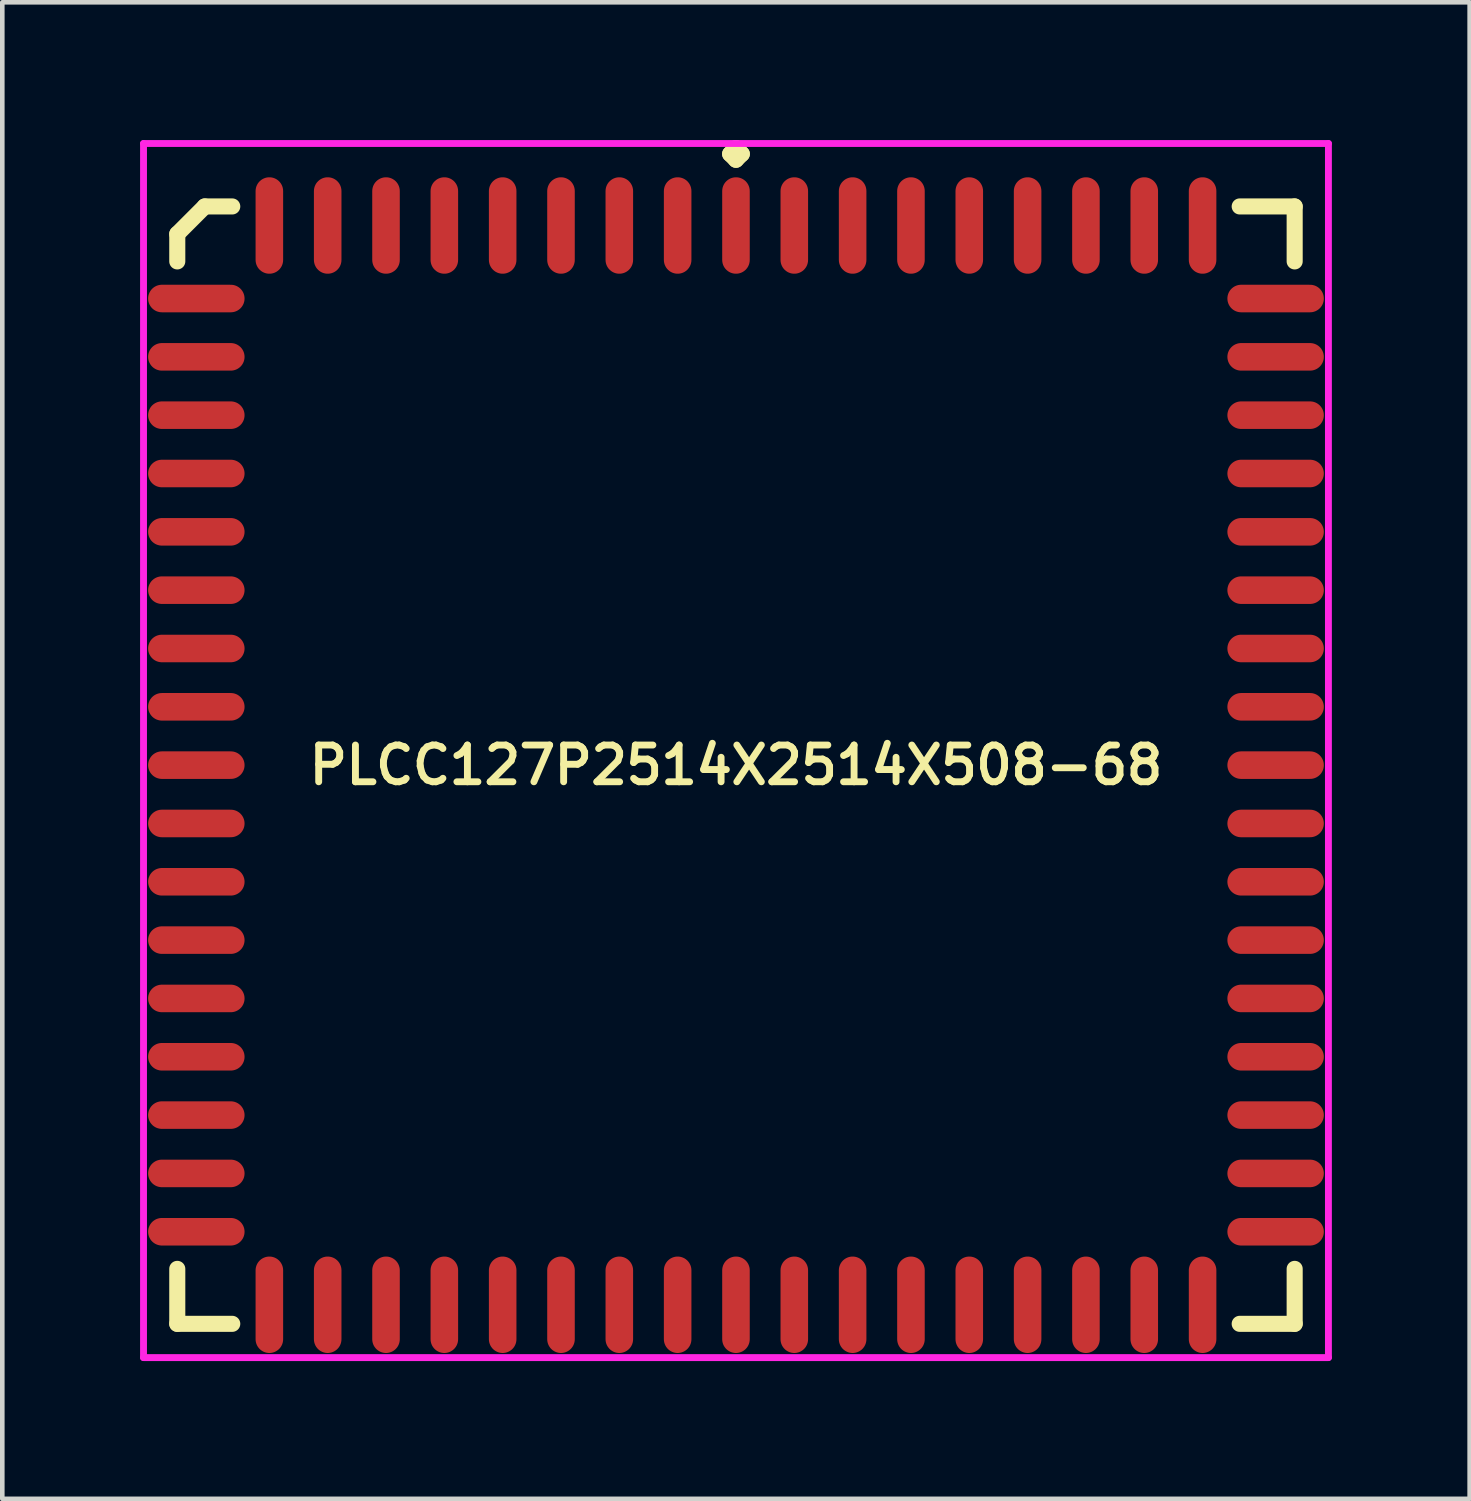
<source format=kicad_pcb>
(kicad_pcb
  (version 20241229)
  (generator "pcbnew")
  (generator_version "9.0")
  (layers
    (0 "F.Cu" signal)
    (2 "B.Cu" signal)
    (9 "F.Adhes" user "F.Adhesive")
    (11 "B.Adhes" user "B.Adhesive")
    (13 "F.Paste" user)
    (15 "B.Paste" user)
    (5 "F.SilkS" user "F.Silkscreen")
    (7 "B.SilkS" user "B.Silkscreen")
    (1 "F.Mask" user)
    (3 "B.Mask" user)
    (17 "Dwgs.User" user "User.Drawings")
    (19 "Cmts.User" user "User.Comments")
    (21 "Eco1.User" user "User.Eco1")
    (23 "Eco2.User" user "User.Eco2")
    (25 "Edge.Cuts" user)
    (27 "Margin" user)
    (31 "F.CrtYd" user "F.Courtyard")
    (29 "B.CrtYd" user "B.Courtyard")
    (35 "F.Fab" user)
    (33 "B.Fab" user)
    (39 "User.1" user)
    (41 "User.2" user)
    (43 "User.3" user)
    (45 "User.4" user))
  (footprint "PLCC127P2514X2514X508-68"
    (layer "F.Cu")
    (at 12.975 13.61)
    (property "Reference" "PLCC127P2514X2514X508-68" (at 0 0 0) (layer "F.SilkS") (effects (font (size 0.8 0.8) (thickness 0.15))))
    (attr through_hole)
    (fp_line (start -12.165 -11.566) (end -11.566 -12.165) (stroke (width 0.35) (type solid)) (layer "F.SilkS"))
    (fp_line (start -12.165 -10.968) (end -12.165 -11.566) (stroke (width 0.35) (type solid)) (layer "F.SilkS"))
    (fp_line (start -12.165 10.968) (end -12.165 12.165) (stroke (width 0.35) (type solid)) (layer "F.SilkS"))
    (fp_line (start -12.165 12.165) (end -10.968 12.165) (stroke (width 0.35) (type solid)) (layer "F.SilkS"))
    (fp_line (start -11.566 -12.165) (end -10.968 -12.165) (stroke (width 0.35) (type solid)) (layer "F.SilkS"))
    (fp_line (start -0.127 -13.308) (end 0 -13.435) (stroke (width 0.35) (type solid)) (layer "F.SilkS"))
    (fp_line (start 0 -13.435) (end 0.127 -13.308) (stroke (width 0.35) (type solid)) (layer "F.SilkS"))
    (fp_line (start 0 -13.181) (end -0.127 -13.308) (stroke (width 0.35) (type solid)) (layer "F.SilkS"))
    (fp_line (start 0.127 -13.308) (end 0 -13.181) (stroke (width 0.35) (type solid)) (layer "F.SilkS"))
    (fp_line (start 12.165 -12.165) (end 10.968 -12.165) (stroke (width 0.35) (type solid)) (layer "F.SilkS"))
    (fp_line (start 12.165 -10.968) (end 12.165 -12.165) (stroke (width 0.35) (type solid)) (layer "F.SilkS"))
    (fp_line (start 12.165 10.968) (end 12.165 12.165) (stroke (width 0.35) (type solid)) (layer "F.SilkS"))
    (fp_line (start 12.165 12.165) (end 10.968 12.165) (stroke (width 0.35) (type solid)) (layer "F.SilkS"))
    (fp_line (start -12.9 -13.535) (end 12.9 -13.535) (stroke (width 0.15) (type solid)) (layer "F.CrtYd"))
    (fp_line (start -12.9 12.9) (end -12.9 -13.535) (stroke (width 0.15) (type solid)) (layer "F.CrtYd"))
    (fp_line (start 12.9 -13.535) (end 12.9 12.9) (stroke (width 0.15) (type solid)) (layer "F.CrtYd"))
    (fp_line (start 12.9 12.9) (end -12.9 12.9) (stroke (width 0.15) (type solid)) (layer "F.CrtYd"))
    (pad "1" smd oval (at 0 -11.75) (size 0.6 2.1) (layers "F.Cu" "F.Mask" "F.Paste"))
    (pad "2" smd oval (at -1.27 -11.75) (size 0.6 2.1) (layers "F.Cu" "F.Mask" "F.Paste"))
    (pad "3" smd oval (at -2.54 -11.75) (size 0.6 2.1) (layers "F.Cu" "F.Mask" "F.Paste"))
    (pad "4" smd oval (at -3.81 -11.75) (size 0.6 2.1) (layers "F.Cu" "F.Mask" "F.Paste"))
    (pad "5" smd oval (at -5.08 -11.75) (size 0.6 2.1) (layers "F.Cu" "F.Mask" "F.Paste"))
    (pad "6" smd oval (at -6.35 -11.75) (size 0.6 2.1) (layers "F.Cu" "F.Mask" "F.Paste"))
    (pad "7" smd oval (at -7.62 -11.75) (size 0.6 2.1) (layers "F.Cu" "F.Mask" "F.Paste"))
    (pad "8" smd oval (at -8.89 -11.75) (size 0.6 2.1) (layers "F.Cu" "F.Mask" "F.Paste"))
    (pad "9" smd oval (at -10.16 -11.75) (size 0.6 2.1) (layers "F.Cu" "F.Mask" "F.Paste"))
    (pad "10" smd oval (at -11.75 -10.16) (size 2.1 0.6) (layers "F.Cu" "F.Mask" "F.Paste"))
    (pad "11" smd oval (at -11.75 -8.89) (size 2.1 0.6) (layers "F.Cu" "F.Mask" "F.Paste"))
    (pad "12" smd oval (at -11.75 -7.62) (size 2.1 0.6) (layers "F.Cu" "F.Mask" "F.Paste"))
    (pad "13" smd oval (at -11.75 -6.35) (size 2.1 0.6) (layers "F.Cu" "F.Mask" "F.Paste"))
    (pad "14" smd oval (at -11.75 -5.08) (size 2.1 0.6) (layers "F.Cu" "F.Mask" "F.Paste"))
    (pad "15" smd oval (at -11.75 -3.81) (size 2.1 0.6) (layers "F.Cu" "F.Mask" "F.Paste"))
    (pad "16" smd oval (at -11.75 -2.54) (size 2.1 0.6) (layers "F.Cu" "F.Mask" "F.Paste"))
    (pad "17" smd oval (at -11.75 -1.27) (size 2.1 0.6) (layers "F.Cu" "F.Mask" "F.Paste"))
    (pad "18" smd oval (at -11.75 0) (size 2.1 0.6) (layers "F.Cu" "F.Mask" "F.Paste"))
    (pad "19" smd oval (at -11.75 1.27) (size 2.1 0.6) (layers "F.Cu" "F.Mask" "F.Paste"))
    (pad "20" smd oval (at -11.75 2.54) (size 2.1 0.6) (layers "F.Cu" "F.Mask" "F.Paste"))
    (pad "21" smd oval (at -11.75 3.81) (size 2.1 0.6) (layers "F.Cu" "F.Mask" "F.Paste"))
    (pad "22" smd oval (at -11.75 5.08) (size 2.1 0.6) (layers "F.Cu" "F.Mask" "F.Paste"))
    (pad "23" smd oval (at -11.75 6.35) (size 2.1 0.6) (layers "F.Cu" "F.Mask" "F.Paste"))
    (pad "24" smd oval (at -11.75 7.62) (size 2.1 0.6) (layers "F.Cu" "F.Mask" "F.Paste"))
    (pad "25" smd oval (at -11.75 8.89) (size 2.1 0.6) (layers "F.Cu" "F.Mask" "F.Paste"))
    (pad "26" smd oval (at -11.75 10.16) (size 2.1 0.6) (layers "F.Cu" "F.Mask" "F.Paste"))
    (pad "27" smd oval (at -10.16 11.75) (size 0.6 2.1) (layers "F.Cu" "F.Mask" "F.Paste"))
    (pad "28" smd oval (at -8.89 11.75) (size 0.6 2.1) (layers "F.Cu" "F.Mask" "F.Paste"))
    (pad "29" smd oval (at -7.62 11.75) (size 0.6 2.1) (layers "F.Cu" "F.Mask" "F.Paste"))
    (pad "30" smd oval (at -6.35 11.75) (size 0.6 2.1) (layers "F.Cu" "F.Mask" "F.Paste"))
    (pad "31" smd oval (at -5.08 11.75) (size 0.6 2.1) (layers "F.Cu" "F.Mask" "F.Paste"))
    (pad "32" smd oval (at -3.81 11.75) (size 0.6 2.1) (layers "F.Cu" "F.Mask" "F.Paste"))
    (pad "33" smd oval (at -2.54 11.75) (size 0.6 2.1) (layers "F.Cu" "F.Mask" "F.Paste"))
    (pad "34" smd oval (at -1.27 11.75) (size 0.6 2.1) (layers "F.Cu" "F.Mask" "F.Paste"))
    (pad "35" smd oval (at 0 11.75) (size 0.6 2.1) (layers "F.Cu" "F.Mask" "F.Paste"))
    (pad "36" smd oval (at 1.27 11.75) (size 0.6 2.1) (layers "F.Cu" "F.Mask" "F.Paste"))
    (pad "37" smd oval (at 2.54 11.75) (size 0.6 2.1) (layers "F.Cu" "F.Mask" "F.Paste"))
    (pad "38" smd oval (at 3.81 11.75) (size 0.6 2.1) (layers "F.Cu" "F.Mask" "F.Paste"))
    (pad "39" smd oval (at 5.08 11.75) (size 0.6 2.1) (layers "F.Cu" "F.Mask" "F.Paste"))
    (pad "40" smd oval (at 6.35 11.75) (size 0.6 2.1) (layers "F.Cu" "F.Mask" "F.Paste"))
    (pad "41" smd oval (at 7.62 11.75) (size 0.6 2.1) (layers "F.Cu" "F.Mask" "F.Paste"))
    (pad "42" smd oval (at 8.89 11.75) (size 0.6 2.1) (layers "F.Cu" "F.Mask" "F.Paste"))
    (pad "43" smd oval (at 10.16 11.75) (size 0.6 2.1) (layers "F.Cu" "F.Mask" "F.Paste"))
    (pad "44" smd oval (at 11.75 10.16) (size 2.1 0.6) (layers "F.Cu" "F.Mask" "F.Paste"))
    (pad "45" smd oval (at 11.75 8.89) (size 2.1 0.6) (layers "F.Cu" "F.Mask" "F.Paste"))
    (pad "46" smd oval (at 11.75 7.62) (size 2.1 0.6) (layers "F.Cu" "F.Mask" "F.Paste"))
    (pad "47" smd oval (at 11.75 6.35) (size 2.1 0.6) (layers "F.Cu" "F.Mask" "F.Paste"))
    (pad "48" smd oval (at 11.75 5.08) (size 2.1 0.6) (layers "F.Cu" "F.Mask" "F.Paste"))
    (pad "49" smd oval (at 11.75 3.81) (size 2.1 0.6) (layers "F.Cu" "F.Mask" "F.Paste"))
    (pad "50" smd oval (at 11.75 2.54) (size 2.1 0.6) (layers "F.Cu" "F.Mask" "F.Paste"))
    (pad "51" smd oval (at 11.75 1.27) (size 2.1 0.6) (layers "F.Cu" "F.Mask" "F.Paste"))
    (pad "52" smd oval (at 11.75 0) (size 2.1 0.6) (layers "F.Cu" "F.Mask" "F.Paste"))
    (pad "53" smd oval (at 11.75 -1.27) (size 2.1 0.6) (layers "F.Cu" "F.Mask" "F.Paste"))
    (pad "54" smd oval (at 11.75 -2.54) (size 2.1 0.6) (layers "F.Cu" "F.Mask" "F.Paste"))
    (pad "55" smd oval (at 11.75 -3.81) (size 2.1 0.6) (layers "F.Cu" "F.Mask" "F.Paste"))
    (pad "56" smd oval (at 11.75 -5.08) (size 2.1 0.6) (layers "F.Cu" "F.Mask" "F.Paste"))
    (pad "57" smd oval (at 11.75 -6.35) (size 2.1 0.6) (layers "F.Cu" "F.Mask" "F.Paste"))
    (pad "58" smd oval (at 11.75 -7.62) (size 2.1 0.6) (layers "F.Cu" "F.Mask" "F.Paste"))
    (pad "59" smd oval (at 11.75 -8.89) (size 2.1 0.6) (layers "F.Cu" "F.Mask" "F.Paste"))
    (pad "60" smd oval (at 11.75 -10.16) (size 2.1 0.6) (layers "F.Cu" "F.Mask" "F.Paste"))
    (pad "61" smd oval (at 10.16 -11.75) (size 0.6 2.1) (layers "F.Cu" "F.Mask" "F.Paste"))
    (pad "62" smd oval (at 8.89 -11.75) (size 0.6 2.1) (layers "F.Cu" "F.Mask" "F.Paste"))
    (pad "63" smd oval (at 7.62 -11.75) (size 0.6 2.1) (layers "F.Cu" "F.Mask" "F.Paste"))
    (pad "64" smd oval (at 6.35 -11.75) (size 0.6 2.1) (layers "F.Cu" "F.Mask" "F.Paste"))
    (pad "65" smd oval (at 5.08 -11.75) (size 0.6 2.1) (layers "F.Cu" "F.Mask" "F.Paste"))
    (pad "66" smd oval (at 3.81 -11.75) (size 0.6 2.1) (layers "F.Cu" "F.Mask" "F.Paste"))
    (pad "67" smd oval (at 2.54 -11.75) (size 0.6 2.1) (layers "F.Cu" "F.Mask" "F.Paste"))
    (pad "68" smd oval (at 1.27 -11.75) (size 0.6 2.1) (layers "F.Cu" "F.Mask" "F.Paste")))
  (gr_rect
    (start -3 -3)
    (end 28.95 29.585)
    (stroke (width 0.1) (type default))
    (fill no)
    (layer "Edge.Cuts")))
</source>
